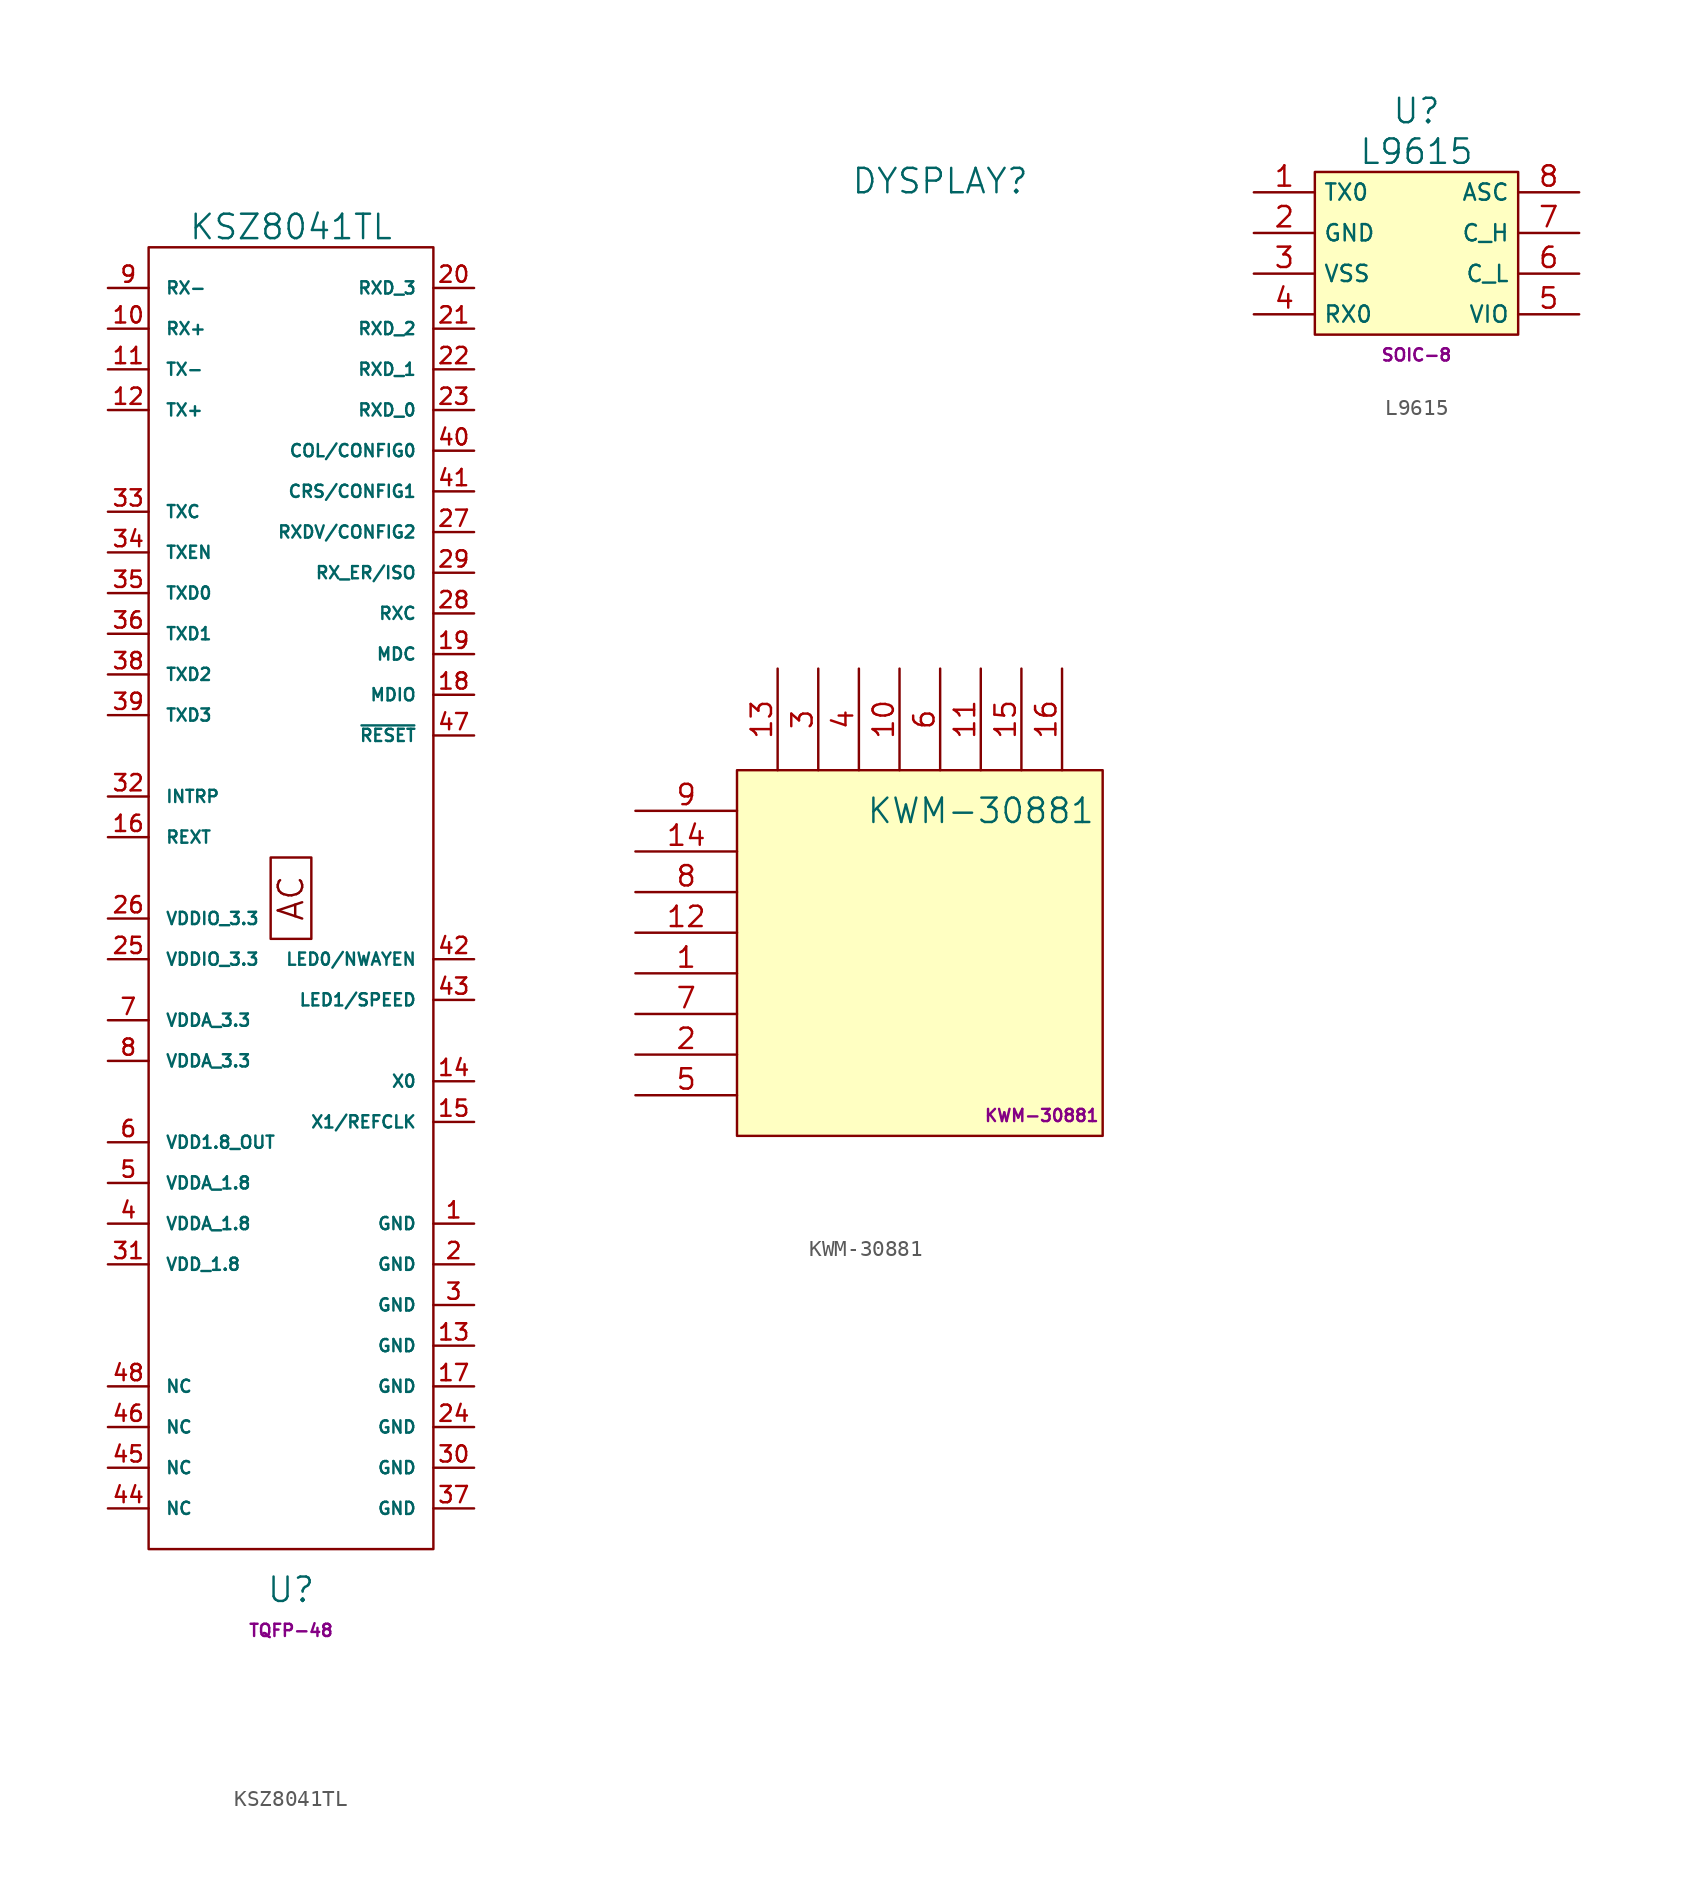
<source format=kicad_sym>
(kicad_symbol_lib
  (version 20220914)
  (generator kicad_symbol_editor)
  (symbol "KSZ8041TL"
    (pin_names
      (offset 1.016))
    (property "Reference" "U"
      (at 0 -43.18 0)
      (effects (font (size 1.524 1.524))))
    (property "Value" "KSZ8041TL"
      (at 0 41.91 0)
      (effects (font (size 1.524 1.524))))
    (property "Footprint" "TQFP-48"
      (at 0 -45.72 0)
      (effects (font (size 0.762 0.762))))
    (property "Datasheet" ""
      (at 0 0 0)
      (effects (font (size 1.524 1.524))))
    (symbol "KSZ8041TL_0_0"
      (polyline (pts (xy -1.27 2.54) (xy 1.27 2.54) (xy 1.27 -2.54) (xy -1.27 -2.54) (xy -1.27 2.54) (xy -1.27 2.54)) (stroke (width 0) (type default)) (fill (type none)))
      (text "AC" (at 0 0 900) (effects (font (size 1.524 1.524)))))
    (symbol "KSZ8041TL_0_1"
      (polyline (pts (xy -8.89 40.64) (xy 8.89 40.64) (xy 8.89 -40.64) (xy -8.89 -40.64) (xy -8.89 40.64) (xy -8.89 40.64) (xy -8.89 40.64)) (stroke (width 0) (type default)) (fill (type none))))
    (symbol "KSZ8041TL_1_1"
      (pin passive line (at 11.43 -20.32 180) (length 2.54) (name "GND" (effects (font (size 0.762 0.762)))) (number "1" (effects (font (size 1.016 1.016)))))
      (pin passive line (at -11.43 35.56 0) (length 2.54) (name "RX+" (effects (font (size 0.762 0.762)))) (number "10" (effects (font (size 1.016 1.016)))))
      (pin passive line (at -11.43 33.02 0) (length 2.54) (name "TX-" (effects (font (size 0.762 0.762)))) (number "11" (effects (font (size 1.016 1.016)))))
      (pin passive line (at -11.43 30.48 0) (length 2.54) (name "TX+" (effects (font (size 0.762 0.762)))) (number "12" (effects (font (size 1.016 1.016)))))
      (pin passive line (at 11.43 -27.94 180) (length 2.54) (name "GND" (effects (font (size 0.762 0.762)))) (number "13" (effects (font (size 1.016 1.016)))))
      (pin passive line (at 11.43 -11.43 180) (length 2.54) (name "X0" (effects (font (size 0.762 0.762)))) (number "14" (effects (font (size 1.016 1.016)))))
      (pin passive line (at 11.43 -13.97 180) (length 2.54) (name "X1/REFCLK" (effects (font (size 0.762 0.762)))) (number "15" (effects (font (size 1.016 1.016)))))
      (pin passive line (at -11.43 3.81 0) (length 2.54) (name "REXT" (effects (font (size 0.762 0.762)))) (number "16" (effects (font (size 1.016 1.016)))))
      (pin passive line (at 11.43 -30.48 180) (length 2.54) (name "GND" (effects (font (size 0.762 0.762)))) (number "17" (effects (font (size 1.016 1.016)))))
      (pin passive line (at 11.43 12.7 180) (length 2.54) (name "MDIO" (effects (font (size 0.762 0.762)))) (number "18" (effects (font (size 1.016 1.016)))))
      (pin passive line (at 11.43 15.24 180) (length 2.54) (name "MDC" (effects (font (size 0.762 0.762)))) (number "19" (effects (font (size 1.016 1.016)))))
      (pin passive line (at 11.43 -22.86 180) (length 2.54) (name "GND" (effects (font (size 0.762 0.762)))) (number "2" (effects (font (size 1.016 1.016)))))
      (pin passive line (at 11.43 38.1 180) (length 2.54) (name "RXD_3" (effects (font (size 0.762 0.762)))) (number "20" (effects (font (size 1.016 1.016)))))
      (pin passive line (at 11.43 35.56 180) (length 2.54) (name "RXD_2" (effects (font (size 0.762 0.762)))) (number "21" (effects (font (size 1.016 1.016)))))
      (pin passive line (at 11.43 33.02 180) (length 2.54) (name "RXD_1" (effects (font (size 0.762 0.762)))) (number "22" (effects (font (size 1.016 1.016)))))
      (pin passive line (at 11.43 30.48 180) (length 2.54) (name "RXD_0" (effects (font (size 0.762 0.762)))) (number "23" (effects (font (size 1.016 1.016)))))
      (pin passive line (at 11.43 -33.02 180) (length 2.54) (name "GND" (effects (font (size 0.762 0.762)))) (number "24" (effects (font (size 1.016 1.016)))))
      (pin passive line (at -11.43 -3.81 0) (length 2.54) (name "VDDIO_3.3" (effects (font (size 0.762 0.762)))) (number "25" (effects (font (size 1.016 1.016)))))
      (pin passive line (at -11.43 -1.27 0) (length 2.54) (name "VDDIO_3.3" (effects (font (size 0.762 0.762)))) (number "26" (effects (font (size 1.016 1.016)))))
      (pin passive line (at 11.43 22.86 180) (length 2.54) (name "RXDV/CONFIG2" (effects (font (size 0.762 0.762)))) (number "27" (effects (font (size 1.016 1.016)))))
      (pin passive line (at 11.43 17.78 180) (length 2.54) (name "RXC" (effects (font (size 0.762 0.762)))) (number "28" (effects (font (size 1.016 1.016)))))
      (pin passive line (at 11.43 20.32 180) (length 2.54) (name "RX_ER/ISO" (effects (font (size 0.762 0.762)))) (number "29" (effects (font (size 1.016 1.016)))))
      (pin passive line (at 11.43 -25.4 180) (length 2.54) (name "GND" (effects (font (size 0.762 0.762)))) (number "3" (effects (font (size 1.016 1.016)))))
      (pin passive line (at 11.43 -35.56 180) (length 2.54) (name "GND" (effects (font (size 0.762 0.762)))) (number "30" (effects (font (size 1.016 1.016)))))
      (pin passive line (at -11.43 -22.86 0) (length 2.54) (name "VDD_1.8" (effects (font (size 0.762 0.762)))) (number "31" (effects (font (size 1.016 1.016)))))
      (pin passive line (at -11.43 6.35 0) (length 2.54) (name "INTRP" (effects (font (size 0.762 0.762)))) (number "32" (effects (font (size 1.016 1.016)))))
      (pin passive line (at -11.43 24.13 0) (length 2.54) (name "TXC" (effects (font (size 0.762 0.762)))) (number "33" (effects (font (size 1.016 1.016)))))
      (pin passive line (at -11.43 21.59 0) (length 2.54) (name "TXEN" (effects (font (size 0.762 0.762)))) (number "34" (effects (font (size 1.016 1.016)))))
      (pin passive line (at -11.43 19.05 0) (length 2.54) (name "TXD0" (effects (font (size 0.762 0.762)))) (number "35" (effects (font (size 1.016 1.016)))))
      (pin passive line (at -11.43 16.51 0) (length 2.54) (name "TXD1" (effects (font (size 0.762 0.762)))) (number "36" (effects (font (size 1.016 1.016)))))
      (pin passive line (at 11.43 -38.1 180) (length 2.54) (name "GND" (effects (font (size 0.762 0.762)))) (number "37" (effects (font (size 1.016 1.016)))))
      (pin passive line (at -11.43 13.97 0) (length 2.54) (name "TXD2" (effects (font (size 0.762 0.762)))) (number "38" (effects (font (size 1.016 1.016)))))
      (pin passive line (at -11.43 11.43 0) (length 2.54) (name "TXD3" (effects (font (size 0.762 0.762)))) (number "39" (effects (font (size 1.016 1.016)))))
      (pin passive line (at -11.43 -20.32 0) (length 2.54) (name "VDDA_1.8" (effects (font (size 0.762 0.762)))) (number "4" (effects (font (size 1.016 1.016)))))
      (pin passive line (at 11.43 27.94 180) (length 2.54) (name "COL/CONFIG0" (effects (font (size 0.762 0.762)))) (number "40" (effects (font (size 1.016 1.016)))))
      (pin passive line (at 11.43 25.4 180) (length 2.54) (name "CRS/CONFIG1" (effects (font (size 0.762 0.762)))) (number "41" (effects (font (size 1.016 1.016)))))
      (pin passive line (at 11.43 -3.81 180) (length 2.54) (name "LED0/NWAYEN" (effects (font (size 0.762 0.762)))) (number "42" (effects (font (size 1.016 1.016)))))
      (pin passive line (at 11.43 -6.35 180) (length 2.54) (name "LED1/SPEED" (effects (font (size 0.762 0.762)))) (number "43" (effects (font (size 1.016 1.016)))))
      (pin passive line (at -11.43 -38.1 0) (length 2.54) (name "NC" (effects (font (size 0.762 0.762)))) (number "44" (effects (font (size 1.016 1.016)))))
      (pin passive line (at -11.43 -35.56 0) (length 2.54) (name "NC" (effects (font (size 0.762 0.762)))) (number "45" (effects (font (size 1.016 1.016)))))
      (pin passive line (at -11.43 -33.02 0) (length 2.54) (name "NC" (effects (font (size 0.762 0.762)))) (number "46" (effects (font (size 1.016 1.016)))))
      (pin passive line (at 11.43 10.16 180) (length 2.54) (name "~{RESET}" (effects (font (size 0.762 0.762)))) (number "47" (effects (font (size 1.016 1.016)))))
      (pin passive line (at -11.43 -30.48 0) (length 2.54) (name "NC" (effects (font (size 0.762 0.762)))) (number "48" (effects (font (size 1.016 1.016)))))
      (pin passive line (at -11.43 -17.78 0) (length 2.54) (name "VDDA_1.8" (effects (font (size 0.762 0.762)))) (number "5" (effects (font (size 1.016 1.016)))))
      (pin passive line (at -11.43 -15.24 0) (length 2.54) (name "VDD1.8_OUT" (effects (font (size 0.762 0.762)))) (number "6" (effects (font (size 1.016 1.016)))))
      (pin passive line (at -11.43 -7.62 0) (length 2.54) (name "VDDA_3.3" (effects (font (size 0.762 0.762)))) (number "7" (effects (font (size 1.016 1.016)))))
      (pin passive line (at -11.43 -10.16 0) (length 2.54) (name "VDDA_3.3" (effects (font (size 0.762 0.762)))) (number "8" (effects (font (size 1.016 1.016)))))
      (pin passive line (at -11.43 38.1 0) (length 2.54) (name "RX-" (effects (font (size 0.762 0.762)))) (number "9" (effects (font (size 1.016 1.016)))))))
  (symbol "KWM-30881"
    (pin_names
      (offset 1.016) hide)
    (property "Reference" "DYSPLAY"
      (at 0 48.26 0)
      (effects (font (size 1.524 1.524))))
    (property "Value" "KWM-30881"
      (at 2.54 8.89 0)
      (effects (font (size 1.524 1.524))))
    (property "Footprint" "KWM-30881"
      (at 6.35 -10.16 0)
      (effects (font (size 0.762 0.762))))
    (property "Datasheet" ""
      (at 0 8.89 0)
      (effects (font (size 1.524 1.524))))
    (symbol "KWM-30881_0_1"
      (rectangle (start -12.7 11.43) (end 10.16 -11.43) (stroke (width 0) (type default)) (fill (type background))))
    (symbol "KWM-30881_1_1"
      (pin input line (at -19.05 -1.27 0) (length 6.35) (name "~" (effects (font (size 1.27 1.27)))) (number "1" (effects (font (size 1.27 1.27)))))
      (pin input line (at -2.54 17.78 270) (length 6.35) (name "~" (effects (font (size 1.27 1.27)))) (number "10" (effects (font (size 1.27 1.27)))))
      (pin input line (at 2.54 17.78 270) (length 6.35) (name "~" (effects (font (size 1.27 1.27)))) (number "11" (effects (font (size 1.27 1.27)))))
      (pin input line (at -19.05 1.27 0) (length 6.35) (name "~" (effects (font (size 1.27 1.27)))) (number "12" (effects (font (size 1.27 1.27)))))
      (pin input line (at -10.16 17.78 270) (length 6.35) (name "~" (effects (font (size 1.27 1.27)))) (number "13" (effects (font (size 1.27 1.27)))))
      (pin input line (at -19.05 6.35 0) (length 6.35) (name "~" (effects (font (size 1.27 1.27)))) (number "14" (effects (font (size 1.27 1.27)))))
      (pin input line (at 5.08 17.78 270) (length 6.35) (name "~" (effects (font (size 1.27 1.27)))) (number "15" (effects (font (size 1.27 1.27)))))
      (pin input line (at 7.62 17.78 270) (length 6.35) (name "~" (effects (font (size 1.27 1.27)))) (number "16" (effects (font (size 1.27 1.27)))))
      (pin input line (at -19.05 -6.35 0) (length 6.35) (name "~" (effects (font (size 1.27 1.27)))) (number "2" (effects (font (size 1.27 1.27)))))
      (pin input line (at -7.62 17.78 270) (length 6.35) (name "~" (effects (font (size 1.27 1.27)))) (number "3" (effects (font (size 1.27 1.27)))))
      (pin input line (at -5.08 17.78 270) (length 6.35) (name "~" (effects (font (size 1.27 1.27)))) (number "4" (effects (font (size 1.27 1.27)))))
      (pin input line (at -19.05 -8.89 0) (length 6.35) (name "~" (effects (font (size 1.27 1.27)))) (number "5" (effects (font (size 1.27 1.27)))))
      (pin input line (at 0 17.78 270) (length 6.35) (name "~" (effects (font (size 1.27 1.27)))) (number "6" (effects (font (size 1.27 1.27)))))
      (pin input line (at -19.05 -3.81 0) (length 6.35) (name "~" (effects (font (size 1.27 1.27)))) (number "7" (effects (font (size 1.27 1.27)))))
      (pin input line (at -19.05 3.81 0) (length 6.35) (name "~" (effects (font (size 1.27 1.27)))) (number "8" (effects (font (size 1.27 1.27)))))
      (pin input line (at -19.05 8.89 0) (length 6.35) (name "~" (effects (font (size 1.27 1.27)))) (number "9" (effects (font (size 1.27 1.27)))))))
  (symbol "L9615"
    (property "Reference" "U"
      (at 0 8.89 0)
      (effects (font (size 1.524 1.524))))
    (property "Value" "L9615"
      (at 0 6.35 0)
      (effects (font (size 1.524 1.524))))
    (property "Footprint" "SOIC-8"
      (at 0 -6.35 0)
      (effects (font (size 0.762 0.762))))
    (property "Datasheet" ""
      (at 0 0 0)
      (effects (font (size 1.524 1.524))))
    (symbol "L9615_0_1"
      (rectangle (start -6.35 5.08) (end 6.35 -5.08) (stroke (width 0) (type default)) (fill (type background))))
    (symbol "L9615_1_1"
      (pin bidirectional line (at -10.16 3.81 0) (length 3.81) (name "TX0" (effects (font (size 1.016 1.016)))) (number "1" (effects (font (size 1.27 1.27)))))
      (pin bidirectional line (at -10.16 1.27 0) (length 3.81) (name "GND" (effects (font (size 1.016 1.016)))) (number "2" (effects (font (size 1.27 1.27)))))
      (pin bidirectional line (at -10.16 -1.27 0) (length 3.81) (name "VSS" (effects (font (size 1.016 1.016)))) (number "3" (effects (font (size 1.27 1.27)))))
      (pin bidirectional line (at -10.16 -3.81 0) (length 3.81) (name "RX0" (effects (font (size 1.016 1.016)))) (number "4" (effects (font (size 1.27 1.27)))))
      (pin bidirectional line (at 10.16 -3.81 180) (length 3.81) (name "VIO" (effects (font (size 1.016 1.016)))) (number "5" (effects (font (size 1.27 1.27)))))
      (pin bidirectional line (at 10.16 -1.27 180) (length 3.81) (name "C_L" (effects (font (size 1.016 1.016)))) (number "6" (effects (font (size 1.27 1.27)))))
      (pin bidirectional line (at 10.16 1.27 180) (length 3.81) (name "C_H" (effects (font (size 1.016 1.016)))) (number "7" (effects (font (size 1.27 1.27)))))
      (pin bidirectional line (at 10.16 3.81 180) (length 3.81) (name "ASC" (effects (font (size 1.016 1.016)))) (number "8" (effects (font (size 1.27 1.27))))))))
</source>
